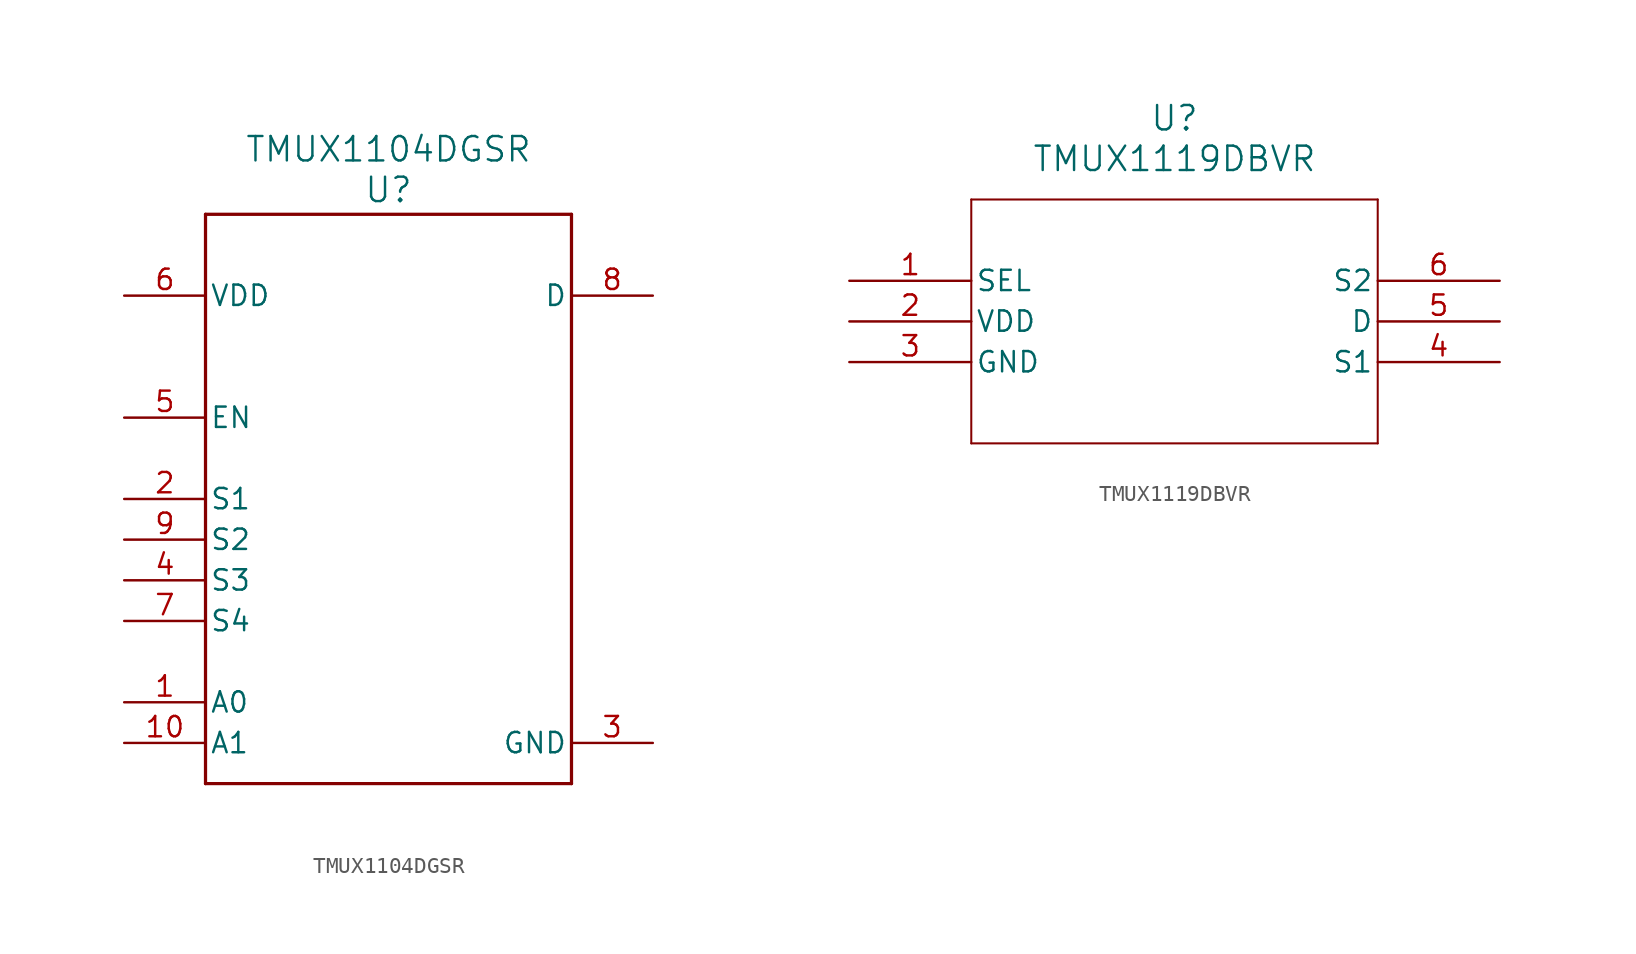
<source format=kicad_sym>
(kicad_symbol_lib
  (version 20241209)
  (generator "kicad_symbol_editor")
  (generator_version "9.0")
  (symbol "TMUX1104DGSR"
    (pin_names
      (offset 0.254))
    (property "Reference" "U"
      (at 0 6.604 0)
      (effects (font (size 1.524 1.524))))
    (property "Value" "TMUX1104DGSR"
      (at 0 9.144 0)
      (effects (font (size 1.524 1.524))))
    (symbol "TMUX1104DGSR_0_1"
      (polyline (pts (xy -11.43 5.08) (xy -11.43 -30.48)) (stroke (width 0.203) (type default)) (fill (type none)))
      (polyline (pts (xy -11.43 -30.48) (xy 11.43 -30.48)) (stroke (width 0.203) (type default)) (fill (type none)))
      (polyline (pts (xy 11.43 5.08) (xy -11.43 5.08)) (stroke (width 0.203) (type default)) (fill (type none)))
      (polyline (pts (xy 11.43 -30.48) (xy 11.43 5.08)) (stroke (width 0.203) (type default)) (fill (type none)))
      (pin power_in line (at -16.51 0 0) (length 5.08) (name "VDD" (effects (font (size 1.27 1.27)))) (number "6" (effects (font (size 1.27 1.27)))))
      (pin input line (at -16.51 -7.62 0) (length 5.08) (name "EN" (effects (font (size 1.27 1.27)))) (number "5" (effects (font (size 1.27 1.27)))))
      (pin bidirectional line (at -16.51 -12.7 0) (length 5.08) (name "S1" (effects (font (size 1.27 1.27)))) (number "2" (effects (font (size 1.27 1.27)))))
      (pin bidirectional line (at -16.51 -15.24 0) (length 5.08) (name "S2" (effects (font (size 1.27 1.27)))) (number "9" (effects (font (size 1.27 1.27)))))
      (pin bidirectional line (at -16.51 -17.78 0) (length 5.08) (name "S3" (effects (font (size 1.27 1.27)))) (number "4" (effects (font (size 1.27 1.27)))))
      (pin bidirectional line (at -16.51 -20.32 0) (length 5.08) (name "S4" (effects (font (size 1.27 1.27)))) (number "7" (effects (font (size 1.27 1.27)))))
      (pin input line (at -16.51 -25.4 0) (length 5.08) (name "A0" (effects (font (size 1.27 1.27)))) (number "1" (effects (font (size 1.27 1.27)))))
      (pin input line (at -16.51 -27.94 0) (length 5.08) (name "A1" (effects (font (size 1.27 1.27)))) (number "10" (effects (font (size 1.27 1.27)))))
      (pin bidirectional line (at 16.51 0 180) (length 5.08) (name "D" (effects (font (size 1.27 1.27)))) (number "8" (effects (font (size 1.27 1.27)))))
      (pin power_in line (at 16.51 -27.94 180) (length 5.08) (name "GND" (effects (font (size 1.27 1.27)))) (number "3" (effects (font (size 1.27 1.27)))))))
  (symbol "TMUX1119DBVR"
    (pin_names
      (offset 0.254))
    (property "Reference" "U"
      (at 0 10.16 0)
      (effects (font (size 1.524 1.524))))
    (property "Value" "TMUX1119DBVR"
      (at 0 7.62 0)
      (effects (font (size 1.524 1.524))))
    (symbol "TMUX1119DBVR_0_1"
      (polyline (pts (xy -12.7 5.08) (xy -12.7 -10.16)) (stroke (width 0.127) (type default)) (fill (type none)))
      (polyline (pts (xy -12.7 -10.16) (xy 12.7 -10.16)) (stroke (width 0.127) (type default)) (fill (type none)))
      (polyline (pts (xy 12.7 5.08) (xy -12.7 5.08)) (stroke (width 0.127) (type default)) (fill (type none)))
      (polyline (pts (xy 12.7 -10.16) (xy 12.7 5.08)) (stroke (width 0.127) (type default)) (fill (type none)))
      (pin input line (at -20.32 0 0) (length 7.62) (name "SEL" (effects (font (size 1.27 1.27)))) (number "1" (effects (font (size 1.27 1.27)))))
      (pin power_in line (at -20.32 -2.54 0) (length 7.62) (name "VDD" (effects (font (size 1.27 1.27)))) (number "2" (effects (font (size 1.27 1.27)))))
      (pin power_out line (at -20.32 -5.08 0) (length 7.62) (name "GND" (effects (font (size 1.27 1.27)))) (number "3" (effects (font (size 1.27 1.27)))))
      (pin bidirectional line (at 20.32 0 180) (length 7.62) (name "S2" (effects (font (size 1.27 1.27)))) (number "6" (effects (font (size 1.27 1.27)))))
      (pin bidirectional line (at 20.32 -2.54 180) (length 7.62) (name "D" (effects (font (size 1.27 1.27)))) (number "5" (effects (font (size 1.27 1.27)))))
      (pin bidirectional line (at 20.32 -5.08 180) (length 7.62) (name "S1" (effects (font (size 1.27 1.27)))) (number "4" (effects (font (size 1.27 1.27))))))))
</source>
